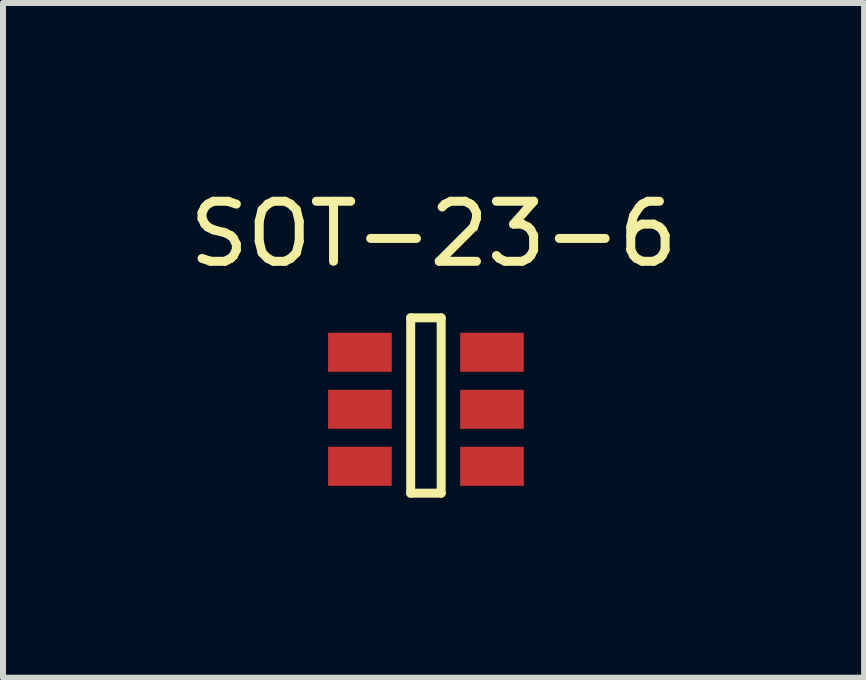
<source format=kicad_pcb>
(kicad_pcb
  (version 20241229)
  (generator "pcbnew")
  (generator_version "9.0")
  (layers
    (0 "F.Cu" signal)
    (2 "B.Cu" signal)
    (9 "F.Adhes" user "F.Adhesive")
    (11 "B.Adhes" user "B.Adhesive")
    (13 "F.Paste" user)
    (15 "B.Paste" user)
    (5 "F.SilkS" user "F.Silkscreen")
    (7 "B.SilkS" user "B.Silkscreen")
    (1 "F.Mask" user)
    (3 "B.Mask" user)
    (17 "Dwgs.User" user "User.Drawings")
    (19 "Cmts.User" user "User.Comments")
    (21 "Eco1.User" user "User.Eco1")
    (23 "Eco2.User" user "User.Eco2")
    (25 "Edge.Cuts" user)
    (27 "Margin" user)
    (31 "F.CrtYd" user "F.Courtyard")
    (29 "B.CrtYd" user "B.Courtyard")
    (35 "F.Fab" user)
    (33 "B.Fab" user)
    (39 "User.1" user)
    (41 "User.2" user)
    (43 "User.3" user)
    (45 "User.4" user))
  (footprint "SOT-23-6"
    (layer "F.Cu")
    (at 4.046 3.769)
    (property "Reference" "SOT-23-6" (at 0.127 -2.921 0) (layer "F.SilkS") (effects (font (size 1 1) (thickness 0.15))))
    (attr through_hole)
    (fp_line (start -0.254 -1.524) (end -0.254 1.397) (stroke (width 0.15) (type solid)) (layer "F.SilkS"))
    (fp_line (start -0.254 1.397) (end 0.254 1.397) (stroke (width 0.15) (type solid)) (layer "F.SilkS"))
    (fp_line (start 0.254 -1.524) (end -0.254 -1.524) (stroke (width 0.15) (type solid)) (layer "F.SilkS"))
    (fp_line (start 0.254 1.397) (end 0.254 -1.524) (stroke (width 0.15) (type solid)) (layer "F.SilkS"))
    (pad "1" smd rect (at -1.1 -0.95) (size 1.06 0.65) (layers "F.Cu" "F.Mask" "F.Paste"))
    (pad "2" smd rect (at -1.1 0) (size 1.06 0.65) (layers "F.Cu" "F.Mask" "F.Paste"))
    (pad "3" smd rect (at -1.1 0.95) (size 1.06 0.65) (layers "F.Cu" "F.Mask" "F.Paste"))
    (pad "4" smd rect (at 1.1 0.95) (size 1.06 0.65) (layers "F.Cu" "F.Mask" "F.Paste"))
    (pad "5" smd rect (at 1.1 0) (size 1.06 0.65) (layers "F.Cu" "F.Mask" "F.Paste"))
    (pad "6" smd rect (at 1.1 -0.95) (size 1.06 0.65) (layers "F.Cu" "F.Mask" "F.Paste")))
  (gr_rect
    (start -3 -3)
    (end 11.345 8.241)
    (stroke (width 0.1) (type default))
    (fill no)
    (layer "Edge.Cuts")))
</source>
